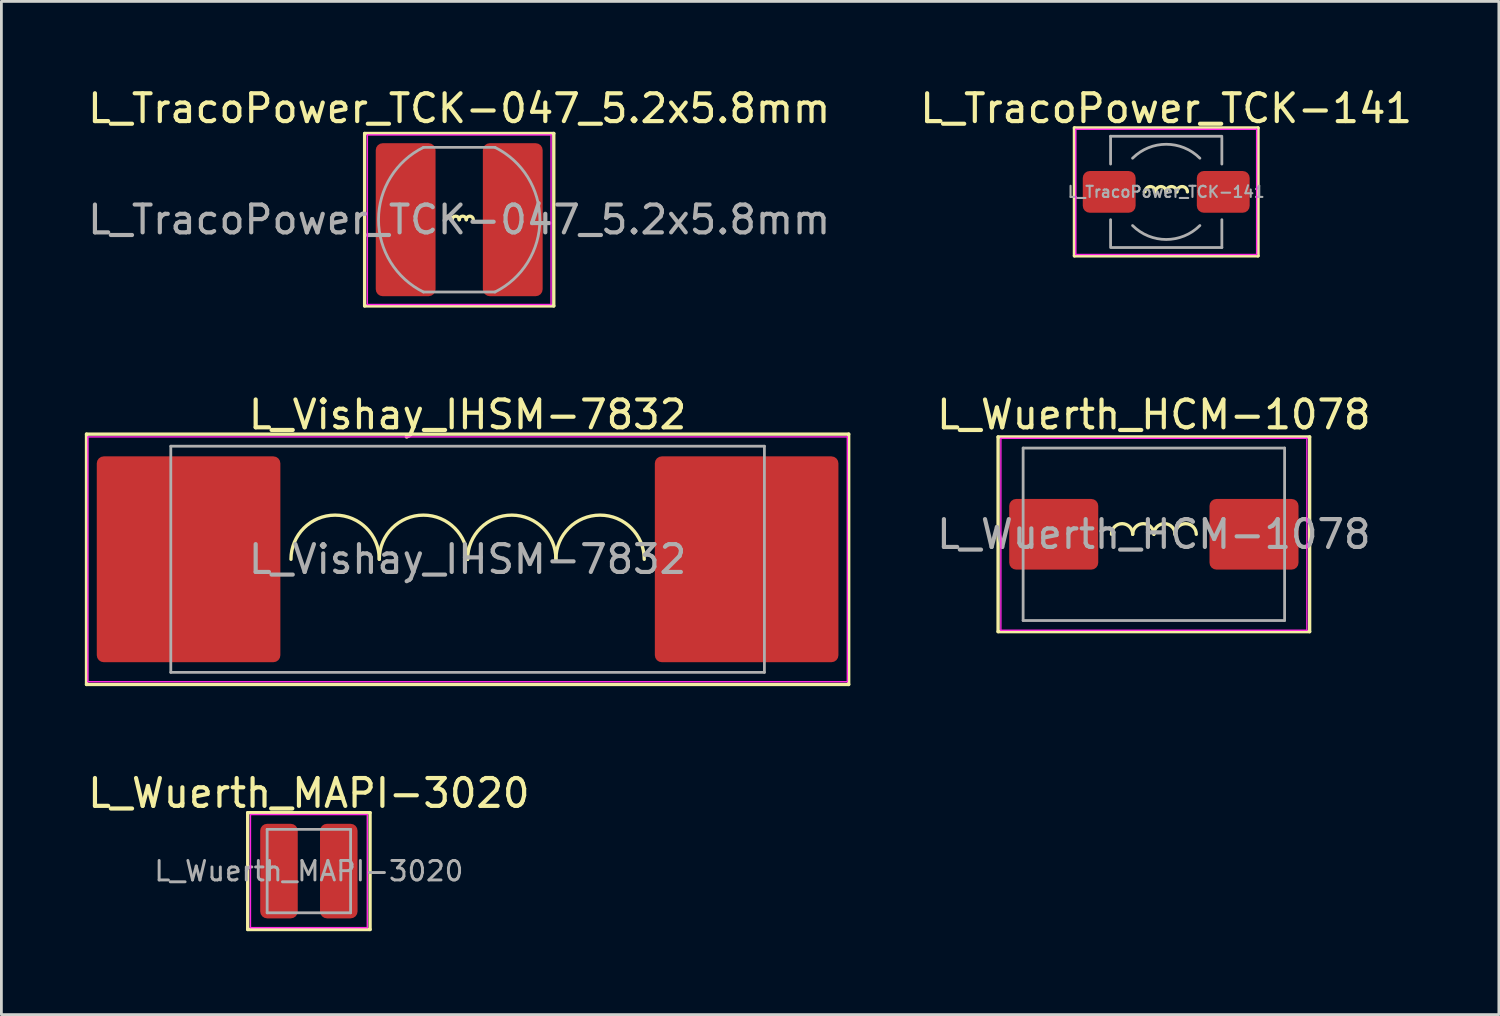
<source format=kicad_pcb>
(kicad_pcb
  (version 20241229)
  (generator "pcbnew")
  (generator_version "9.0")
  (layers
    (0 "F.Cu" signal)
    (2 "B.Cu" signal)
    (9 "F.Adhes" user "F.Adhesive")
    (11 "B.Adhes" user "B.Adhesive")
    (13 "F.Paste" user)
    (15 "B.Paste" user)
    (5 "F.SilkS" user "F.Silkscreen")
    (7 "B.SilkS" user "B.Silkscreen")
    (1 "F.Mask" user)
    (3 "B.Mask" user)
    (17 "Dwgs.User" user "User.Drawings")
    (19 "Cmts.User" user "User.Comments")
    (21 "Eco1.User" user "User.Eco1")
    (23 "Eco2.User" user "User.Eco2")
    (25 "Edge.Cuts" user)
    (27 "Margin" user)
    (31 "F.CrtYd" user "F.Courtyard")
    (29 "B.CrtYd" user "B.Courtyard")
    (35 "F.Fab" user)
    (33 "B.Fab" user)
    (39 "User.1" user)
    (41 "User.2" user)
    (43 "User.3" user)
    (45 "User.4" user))
  (footprint "L_Wuerth_MAPI-3020"
    (layer "F.Cu")
    (at 8.054 28.265)
    (property "Reference" "L_Wuerth_MAPI-3020" (at 0 -2.8 0) (layer "F.SilkS") (effects (font (size 1 1) (thickness 0.15))))
    (attr smd)
    (fp_line (start -2.2 -2.1) (end -2.2 2.1) (stroke (width 0.12) (type solid)) (layer "F.SilkS"))
    (fp_line (start -2.2 2.1) (end 2.2 2.1) (stroke (width 0.12) (type solid)) (layer "F.SilkS"))
    (fp_line (start 2.2 -2.1) (end -2.2 -2.1) (stroke (width 0.12) (type solid)) (layer "F.SilkS"))
    (fp_line (start 2.2 2.1) (end 2.2 -2.1) (stroke (width 0.12) (type solid)) (layer "F.SilkS"))
    (fp_line (start -2.1 -2.032) (end -2.1 2.032) (stroke (width 0.05) (type solid)) (layer "F.CrtYd"))
    (fp_line (start -2.1 2.032) (end 2.1 2.032) (stroke (width 0.05) (type solid)) (layer "F.CrtYd"))
    (fp_line (start 2.1 -2.032) (end -2.1 -2.032) (stroke (width 0.05) (type solid)) (layer "F.CrtYd"))
    (fp_line (start 2.1 2.032) (end 2.1 -2.032) (stroke (width 0.05) (type solid)) (layer "F.CrtYd"))
    (fp_line (start -1.5 -1.5) (end -1.5 1.5) (stroke (width 0.1) (type solid)) (layer "F.Fab"))
    (fp_line (start -1.5 1.5) (end 1.5 1.5) (stroke (width 0.1) (type solid)) (layer "F.Fab"))
    (fp_line (start 1.5 -1.5) (end -1.5 -1.5) (stroke (width 0.1) (type solid)) (layer "F.Fab"))
    (fp_line (start 1.5 1.5) (end 1.5 -1.5) (stroke (width 0.1) (type solid)) (layer "F.Fab"))
    (fp_text user "${REFERENCE}" (at 0 0 0) (layer "F.Fab") (effects (font (size 0.7 0.7) (thickness 0.105))))
    (pad "1" smd roundrect (at -1.075 0) (size 1.35 3.4) (layers "F.Cu" "F.Mask" "F.Paste") (roundrect_rratio 0.185))
    (pad "2" smd roundrect (at 1.075 0) (size 1.35 3.4) (layers "F.Cu" "F.Mask" "F.Paste") (roundrect_rratio 0.185)))
  (footprint "L_TracoPower_TCK-047_5.2x5.8mm"
    (layer "F.Cu")
    (at 13.458 4.848)
    (property "Reference" "L_TracoPower_TCK-047_5.2x5.8mm" (at 0 -4 0) (layer "F.SilkS") (effects (font (size 1 1) (thickness 0.15))))
    (attr smd)
    (fp_line (start -3.4 -3.1) (end -3.4 3.1) (stroke (width 0.12) (type solid)) (layer "F.SilkS"))
    (fp_line (start -3.4 3.1) (end 3.4 3.1) (stroke (width 0.12) (type solid)) (layer "F.SilkS"))
    (fp_line (start 3.4 -3.1) (end -3.4 -3.1) (stroke (width 0.12) (type solid)) (layer "F.SilkS"))
    (fp_line (start 3.4 3.1) (end 3.4 -3.1) (stroke (width 0.12) (type solid)) (layer "F.SilkS"))
    (fp_arc (start -0.508 0) (mid -0.381 -0.127) (end -0.254 0) (stroke (width 0.12) (type solid)) (layer "F.SilkS"))
    (fp_arc (start -0.254 0) (mid -0.127 -0.127) (end 0 0) (stroke (width 0.12) (type solid)) (layer "F.SilkS"))
    (fp_arc (start 0 0) (mid 0.127 -0.127) (end 0.254 0) (stroke (width 0.12) (type solid)) (layer "F.SilkS"))
    (fp_arc (start 0.254 0) (mid 0.381 -0.127) (end 0.508 0) (stroke (width 0.12) (type solid)) (layer "F.SilkS"))
    (fp_line (start -3.302 -3.048) (end -3.302 3.048) (stroke (width 0.05) (type solid)) (layer "F.CrtYd"))
    (fp_line (start -3.302 -3.048) (end 3.302 -3.048) (stroke (width 0.05) (type solid)) (layer "F.CrtYd"))
    (fp_line (start 3.302 3.048) (end -3.302 3.048) (stroke (width 0.05) (type solid)) (layer "F.CrtYd"))
    (fp_line (start 3.302 3.048) (end 3.302 -3.048) (stroke (width 0.05) (type solid)) (layer "F.CrtYd"))
    (fp_line (start -1.285 -2.6) (end 1.285 -2.6) (stroke (width 0.1) (type solid)) (layer "F.Fab"))
    (fp_line (start -1.285 2.6) (end 1.285 2.6) (stroke (width 0.1) (type solid)) (layer "F.Fab"))
    (fp_arc (start -1.285 2.599999) (mid -2.90021 0) (end -1.284999 -2.599999) (stroke (width 0.1) (type solid)) (layer "F.Fab"))
    (fp_arc (start 1.285 -2.599999) (mid 2.90021 0) (end 1.284999 2.599999) (stroke (width 0.1) (type solid)) (layer "F.Fab"))
    (fp_text user "${REFERENCE}" (at 0 0 0) (layer "F.Fab") (effects (font (size 1 1) (thickness 0.15))))
    (pad "1" smd roundrect (at -1.925 0 90) (size 5.5 2.15) (layers "F.Cu" "F.Mask" "F.Paste") (roundrect_rratio 0.116))
    (pad "2" smd roundrect (at 1.925 0 90) (size 5.5 2.15) (layers "F.Cu" "F.Mask" "F.Paste") (roundrect_rratio 0.116)))
  (footprint "L_TracoPower_TCK-141"
    (layer "F.Cu")
    (at 38.875 3.848)
    (property "Reference" "L_TracoPower_TCK-141" (at 0 -3 0) (layer "F.SilkS") (effects (font (size 1 1) (thickness 0.15))))
    (attr smd)
    (fp_line (start -3.3 -2.3) (end -3.3 2.3) (stroke (width 0.12) (type solid)) (layer "F.SilkS"))
    (fp_line (start -3.3 2.3) (end 3.3 2.3) (stroke (width 0.12) (type solid)) (layer "F.SilkS"))
    (fp_line (start 3.3 -2.3) (end -3.3 -2.3) (stroke (width 0.12) (type solid)) (layer "F.SilkS"))
    (fp_line (start 3.3 2.3) (end 3.3 -2.3) (stroke (width 0.12) (type solid)) (layer "F.SilkS"))
    (fp_arc (start -0.762 0) (mid -0.5715 -0.1905) (end -0.381 0) (stroke (width 0.12) (type solid)) (layer "F.SilkS"))
    (fp_arc (start -0.381 0) (mid -0.1905 -0.1905) (end 0 0) (stroke (width 0.12) (type solid)) (layer "F.SilkS"))
    (fp_arc (start 0 0) (mid 0.1905 -0.1905) (end 0.381 0) (stroke (width 0.12) (type solid)) (layer "F.SilkS"))
    (fp_arc (start 0.381 0) (mid 0.5715 -0.1905) (end 0.762 0) (stroke (width 0.12) (type solid)) (layer "F.SilkS"))
    (fp_line (start -3.25 -2.25) (end -3.25 2.25) (stroke (width 0.05) (type solid)) (layer "F.CrtYd"))
    (fp_line (start -3.25 -2.25) (end 3.25 -2.25) (stroke (width 0.05) (type solid)) (layer "F.CrtYd"))
    (fp_line (start -3.25 2.25) (end 3.25 2.25) (stroke (width 0.05) (type solid)) (layer "F.CrtYd"))
    (fp_line (start 3.25 2.25) (end 3.25 -2.25) (stroke (width 0.05) (type solid)) (layer "F.CrtYd"))
    (fp_line (start -2 -2) (end -2 -1) (stroke (width 0.1) (type solid)) (layer "F.Fab"))
    (fp_line (start -2 -2) (end 2 -2) (stroke (width 0.1) (type solid)) (layer "F.Fab"))
    (fp_line (start -2 1.95) (end -2 1) (stroke (width 0.1) (type solid)) (layer "F.Fab"))
    (fp_line (start -2 2) (end 2 2) (stroke (width 0.1) (type solid)) (layer "F.Fab"))
    (fp_line (start 2 -1.95) (end 2 -1) (stroke (width 0.1) (type solid)) (layer "F.Fab"))
    (fp_line (start 2 2) (end 2 1) (stroke (width 0.1) (type solid)) (layer "F.Fab"))
    (fp_arc (start -1.21 -1.21) (mid 0 -1.711198) (end 1.21 -1.21) (stroke (width 0.1) (type solid)) (layer "F.Fab"))
    (fp_arc (start 1.21 1.21) (mid 0 1.711198) (end -1.21 1.21) (stroke (width 0.1) (type solid)) (layer "F.Fab"))
    (fp_text user "${REFERENCE}" (at 0 0 0) (layer "F.Fab") (effects (font (size 0.4 0.4) (thickness 0.075))))
    (pad "1" smd roundrect (at -2.05 0) (size 1.9 1.5) (layers "F.Cu" "F.Mask" "F.Paste") (roundrect_rratio 0.167))
    (pad "2" smd roundrect (at 2.05 0) (size 1.9 1.5) (layers "F.Cu" "F.Mask" "F.Paste") (roundrect_rratio 0.167)))
  (footprint "L_Wuerth_HCM-1078"
    (layer "F.Cu")
    (at 38.431 16.157)
    (property "Reference" "L_Wuerth_HCM-1078" (at 0 -4.3 0) (layer "F.SilkS") (effects (font (size 1 1) (thickness 0.15))))
    (attr smd)
    (fp_line (start -5.6 -3.5) (end -5.6 3.5) (stroke (width 0.12) (type solid)) (layer "F.SilkS"))
    (fp_line (start -5.6 3.5) (end 5.6 3.5) (stroke (width 0.12) (type solid)) (layer "F.SilkS"))
    (fp_line (start 5.6 -3.5) (end -5.6 -3.5) (stroke (width 0.12) (type solid)) (layer "F.SilkS"))
    (fp_line (start 5.6 3.5) (end 5.6 -3.5) (stroke (width 0.12) (type solid)) (layer "F.SilkS"))
    (fp_arc (start -1.524 0) (mid -1.143 -0.381) (end -0.762 0) (stroke (width 0.12) (type solid)) (layer "F.SilkS"))
    (fp_arc (start -0.762 0) (mid -0.381 -0.381) (end 0 0) (stroke (width 0.12) (type solid)) (layer "F.SilkS"))
    (fp_arc (start 0 0) (mid 0.381 -0.381) (end 0.762 0) (stroke (width 0.12) (type solid)) (layer "F.SilkS"))
    (fp_arc (start 0.762 0) (mid 1.143 -0.381) (end 1.524 0) (stroke (width 0.12) (type solid)) (layer "F.SilkS"))
    (fp_line (start -5.5 -3.45) (end -5.5 3.45) (stroke (width 0.05) (type solid)) (layer "F.CrtYd"))
    (fp_line (start -5.5 3.45) (end 5.5 3.45) (stroke (width 0.05) (type solid)) (layer "F.CrtYd"))
    (fp_line (start 5.5 -3.45) (end -5.5 -3.45) (stroke (width 0.05) (type solid)) (layer "F.CrtYd"))
    (fp_line (start 5.5 3.45) (end 5.5 -3.45) (stroke (width 0.05) (type solid)) (layer "F.CrtYd"))
    (fp_line (start -4.7 -3.1) (end -4.7 3.1) (stroke (width 0.1) (type solid)) (layer "F.Fab"))
    (fp_line (start -4.7 3.1) (end 4.7 3.1) (stroke (width 0.1) (type solid)) (layer "F.Fab"))
    (fp_line (start 4.7 -3.1) (end -4.7 -3.1) (stroke (width 0.1) (type solid)) (layer "F.Fab"))
    (fp_line (start 4.7 3.1) (end 4.7 -3.1) (stroke (width 0.1) (type solid)) (layer "F.Fab"))
    (fp_text user "${REFERENCE}" (at 0 0 0) (layer "F.Fab") (effects (font (size 1 1) (thickness 0.15))))
    (pad "1" smd roundrect (at -3.6 0) (size 3.2 2.54) (layers "F.Cu" "F.Mask" "F.Paste") (roundrect_rratio 0.098))
    (pad "2" smd roundrect (at 3.6 0) (size 3.2 2.54) (layers "F.Cu" "F.Mask" "F.Paste") (roundrect_rratio 0.098)))
  (footprint "L_Vishay_IHSM-7832"
    (layer "F.Cu")
    (at 13.76 17.056)
    (property "Reference" "L_Vishay_IHSM-7832" (at 0 -5.2 0) (layer "F.SilkS") (effects (font (size 1 1) (thickness 0.15))))
    (attr smd)
    (fp_line (start -13.7 -4.5) (end -13.7 4.5) (stroke (width 0.12) (type solid)) (layer "F.SilkS"))
    (fp_line (start -13.7 4.5) (end 13.7 4.5) (stroke (width 0.12) (type solid)) (layer "F.SilkS"))
    (fp_line (start 13.7 -4.5) (end -13.7 -4.5) (stroke (width 0.12) (type solid)) (layer "F.SilkS"))
    (fp_line (start 13.7 4.5) (end 13.7 -4.5) (stroke (width 0.12) (type solid)) (layer "F.SilkS"))
    (fp_arc (start -6.35 0) (mid -4.7625 -1.5875) (end -3.175 0) (stroke (width 0.12) (type solid)) (layer "F.SilkS"))
    (fp_arc (start -3.175 0) (mid -1.5875 -1.5875) (end 0 0) (stroke (width 0.12) (type solid)) (layer "F.SilkS"))
    (fp_arc (start 0 0) (mid 1.5875 -1.5875) (end 3.175 0) (stroke (width 0.12) (type solid)) (layer "F.SilkS"))
    (fp_arc (start 3.175 0) (mid 4.7625 -1.5875) (end 6.35 0) (stroke (width 0.12) (type solid)) (layer "F.SilkS"))
    (fp_line (start -13.65 -4.4) (end -13.65 4.4) (stroke (width 0.05) (type solid)) (layer "F.CrtYd"))
    (fp_line (start -13.65 4.4) (end 13.65 4.4) (stroke (width 0.05) (type solid)) (layer "F.CrtYd"))
    (fp_line (start 13.65 -4.4) (end -13.65 -4.4) (stroke (width 0.05) (type solid)) (layer "F.CrtYd"))
    (fp_line (start 13.65 4.4) (end 13.65 -4.4) (stroke (width 0.05) (type solid)) (layer "F.CrtYd"))
    (fp_line (start -10.67 -4.065) (end -10.67 4.065) (stroke (width 0.1) (type solid)) (layer "F.Fab"))
    (fp_line (start -10.67 4.065) (end 10.67 4.065) (stroke (width 0.1) (type solid)) (layer "F.Fab"))
    (fp_line (start 10.67 -4.065) (end -10.67 -4.065) (stroke (width 0.1) (type solid)) (layer "F.Fab"))
    (fp_line (start 10.67 4.065) (end 10.67 -4.065) (stroke (width 0.1) (type solid)) (layer "F.Fab"))
    (fp_text user "${REFERENCE}" (at 0 0 0) (layer "F.Fab") (effects (font (size 1 1) (thickness 0.15))))
    (pad "1" smd roundrect (at -10.031 0) (size 6.6 7.4) (layers "F.Cu" "F.Mask" "F.Paste") (roundrect_rratio 0.038))
    (pad "2" smd roundrect (at 10.031 0) (size 6.6 7.4) (layers "F.Cu" "F.Mask" "F.Paste") (roundrect_rratio 0.038)))
  (gr_rect
    (start -3 -3)
    (end 50.833 33.425)
    (stroke (width 0.1) (type default))
    (fill no)
    (layer "Edge.Cuts")))
</source>
